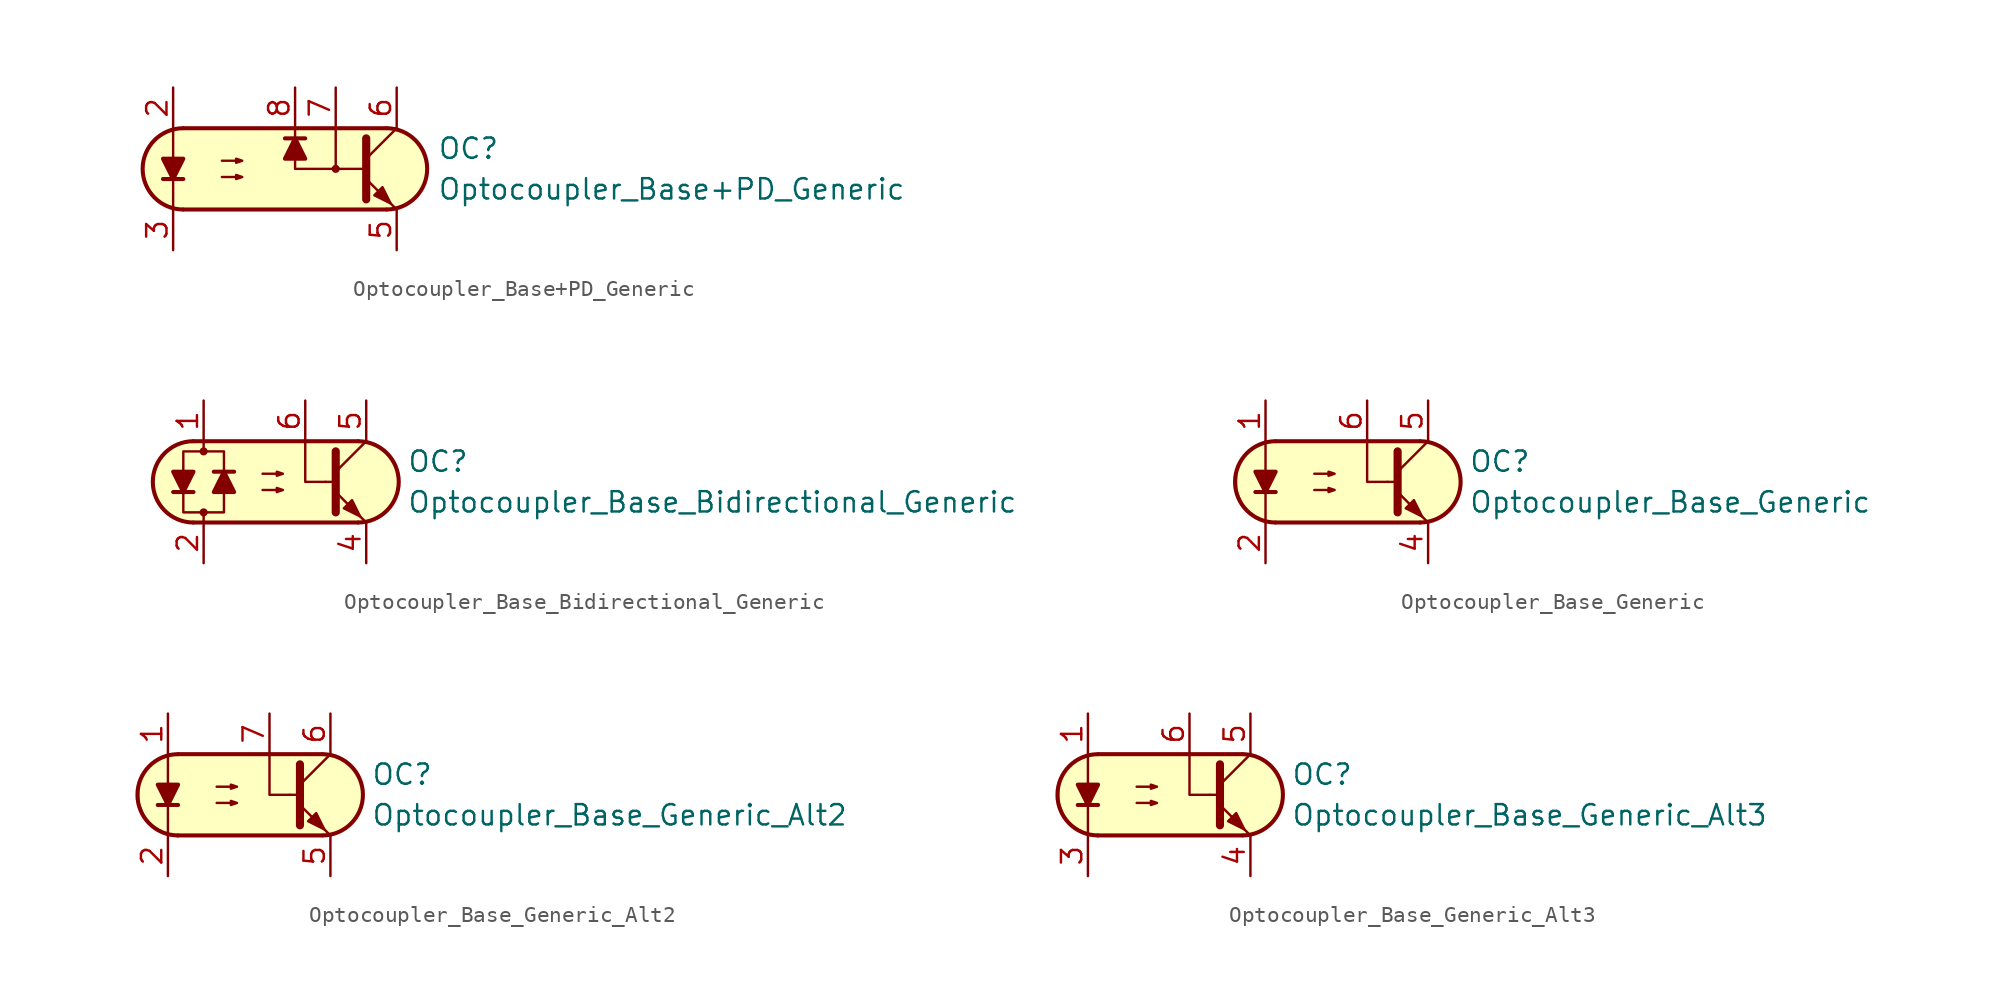
<source format=kicad_sym>
(kicad_symbol_lib
  (version 20211014)
  (generator kicad_symbol_editor)
  (symbol "Optocoupler_Base+PD_Generic"
    (pin_names
      (offset 1.016))
    (property "Reference" "OC"
      (at 10.16 1.27 0)
      (effects (font (size 1.27 1.27)) (justify left)))
    (property "Value" "Optocoupler_Base+PD_Generic"
      (at 10.16 -1.27 0)
      (effects (font (size 1.27 1.27)) (justify left)))
    (symbol "Optocoupler_Base+PD_Generic_0_1"
      (arc (start -5.7375 2.54) (mid -8.2551 0) (end -5.7375 -2.54) (stroke (width 0.254) (type default) (color 0 0 0 0)) (fill (type none)))
      (polyline (pts (xy -6.985 -0.635) (xy -5.715 -0.635)) (stroke (width 0.254) (type default) (color 0 0 0 0)) (fill (type none)))
      (polyline (pts (xy -6.35 2.54) (xy -6.35 -2.54)) (stroke (width 0.152) (type default) (color 0 0 0 0)) (fill (type none)))
      (polyline (pts (xy -5.715 2.54) (xy 6.985 2.54)) (stroke (width 0.254) (type default) (color 0 0 0 0)) (fill (type none)))
      (polyline (pts (xy 3.81 2.54) (xy 3.81 0)) (stroke (width 0.152) (type default) (color 0 0 0 0)) (fill (type none)))
      (polyline (pts (xy 5.715 0.635) (xy 7.62 2.54)) (stroke (width 0) (type default) (color 0 0 0 0)) (fill (type none)))
      (polyline (pts (xy 6.985 -2.54) (xy -5.715 -2.54)) (stroke (width 0.254) (type default) (color 0 0 0 0)) (fill (type none)))
      (polyline (pts (xy 7.62 -2.54) (xy 5.715 -0.635)) (stroke (width 0) (type default) (color 0 0 0 0)) (fill (type outline)))
      (polyline (pts (xy 5.715 0) (xy 1.27 0) (xy 1.27 2.54)) (stroke (width 0.152) (type default) (color 0 0 0 0)) (fill (type none)))
      (polyline (pts (xy 5.715 1.905) (xy 5.715 -1.905) (xy 5.715 -1.905)) (stroke (width 0.508) (type default) (color 0 0 0 0)) (fill (type none)))
      (polyline (pts (xy -6.35 -0.635) (xy -6.985 0.635) (xy -5.715 0.635) (xy -6.35 -0.635)) (stroke (width 0.254) (type default) (color 0 0 0 0)) (fill (type outline)))
      (polyline (pts (xy -3.302 -0.508) (xy -2.032 -0.508) (xy -2.413 -0.635) (xy -2.413 -0.381) (xy -2.032 -0.508)) (stroke (width 0) (type default) (color 0 0 0 0)) (fill (type none)))
      (polyline (pts (xy -3.302 0.508) (xy -2.032 0.508) (xy -2.413 0.381) (xy -2.413 0.635) (xy -2.032 0.508)) (stroke (width 0) (type default) (color 0 0 0 0)) (fill (type none)))
      (polyline (pts (xy 6.223 -1.651) (xy 6.731 -1.143) (xy 7.239 -2.159) (xy 6.223 -1.651) (xy 6.223 -1.651)) (stroke (width 0) (type default) (color 0 0 0 0)) (fill (type outline)))
      (polyline (pts (xy -3.81 2.54) (xy 4.826 2.54) (xy 6.096 2.54) (xy 7.366 2.54) (xy 8.382 2.159) (xy 9.271 1.143) (xy 9.525 0.127) (xy 9.398 -0.762) (xy 9.017 -1.524) (xy 8.636 -1.905) (xy 8.128 -2.286) (xy 7.239 -2.54) (xy -6.223 -2.54) (xy -7.112 -2.159) (xy -7.874 -1.397) (xy -8.255 -0.508) (xy -8.255 0.508) (xy -7.747 1.524) (xy -7.112 2.159) (xy -6.223 2.54) (xy -5.334 2.54) (xy -4.826 2.54) (xy -3.81 2.54)) (stroke (width 0.01) (type default) (color 0 0 0 0)) (fill (type background)))
      (circle (center 3.81 0) (radius 0.178) (stroke (width 0) (type default) (color 0 0 0 0)) (fill (type outline)))
      (arc (start 7.0075 -2.54) (mid 9.5251 0) (end 7.0075 2.54) (stroke (width 0.254) (type default) (color 0 0 0 0)) (fill (type none))))
    (symbol "Optocoupler_Base+PD_Generic_1_1"
      (polyline (pts (xy 1.905 1.905) (xy 0.635 1.905)) (stroke (width 0.254) (type default) (color 0 0 0 0)) (fill (type none)))
      (polyline (pts (xy 1.27 1.905) (xy 1.905 0.635) (xy 0.635 0.635) (xy 1.27 1.905)) (stroke (width 0.254) (type default) (color 0 0 0 0)) (fill (type outline)))
      (pin no_connect line (at 0 1.27 0) (length 2.54) hide (name "NC" (effects (font (size 1.27 1.27)))) (number "1" (effects (font (size 1.27 1.27)))))
      (pin passive line (at -6.35 5.08 270) (length 2.54) (name "~" (effects (font (size 1.27 1.27)))) (number "2" (effects (font (size 1.27 1.27)))))
      (pin passive line (at -6.35 -5.08 90) (length 2.54) (name "~" (effects (font (size 1.27 1.27)))) (number "3" (effects (font (size 1.27 1.27)))))
      (pin no_connect line (at 0 -1.27 0) (length 2.54) hide (name "NC" (effects (font (size 1.27 1.27)))) (number "4" (effects (font (size 1.27 1.27)))))
      (pin passive line (at 7.62 -5.08 90) (length 2.54) (name "~" (effects (font (size 1.27 1.27)))) (number "5" (effects (font (size 1.27 1.27)))))
      (pin passive line (at 7.62 5.08 270) (length 2.54) (name "~" (effects (font (size 1.27 1.27)))) (number "6" (effects (font (size 1.27 1.27)))))
      (pin passive line (at 3.81 5.08 270) (length 2.54) (name "~" (effects (font (size 1.27 1.27)))) (number "7" (effects (font (size 1.27 1.27)))))
      (pin passive line (at 1.27 5.08 270) (length 2.54) (name "~" (effects (font (size 1.27 1.27)))) (number "8" (effects (font (size 1.27 1.27)))))))
  (symbol "Optocoupler_Base_Bidirectional_Generic"
    (pin_names
      (offset 1.016))
    (property "Reference" "OC"
      (at 7.62 1.27 0)
      (effects (font (size 1.27 1.27)) (justify left)))
    (property "Value" "Optocoupler_Base_Bidirectional_Generic"
      (at 7.62 -1.27 0)
      (effects (font (size 1.27 1.27)) (justify left)))
    (symbol "Optocoupler_Base_Bidirectional_Generic_0_1"
      (arc (start -5.7375 2.54) (mid -8.2551 0) (end -5.7375 -2.54) (stroke (width 0.254) (type default) (color 0 0 0 0)) (fill (type none)))
      (circle (center -5.08 -1.905) (radius 0.178) (stroke (width 0) (type default) (color 0 0 0 0)) (fill (type outline)))
      (circle (center -5.08 1.905) (radius 0.178) (stroke (width 0) (type default) (color 0 0 0 0)) (fill (type outline)))
      (polyline (pts (xy -6.985 -0.635) (xy -5.715 -0.635)) (stroke (width 0.254) (type default) (color 0 0 0 0)) (fill (type none)))
      (polyline (pts (xy -5.715 2.54) (xy 4.572 2.54)) (stroke (width 0.254) (type default) (color 0 0 0 0)) (fill (type none)))
      (polyline (pts (xy -5.08 1.905) (xy -5.08 2.54)) (stroke (width 0.152) (type default) (color 0 0 0 0)) (fill (type none)))
      (polyline (pts (xy 2.54 0) (xy 3.048 0)) (stroke (width 0.152) (type default) (color 0 0 0 0)) (fill (type none)))
      (polyline (pts (xy 3.175 0.635) (xy 5.08 2.54)) (stroke (width 0) (type default) (color 0 0 0 0)) (fill (type none)))
      (polyline (pts (xy 4.572 -2.54) (xy -5.715 -2.54)) (stroke (width 0.254) (type default) (color 0 0 0 0)) (fill (type none)))
      (polyline (pts (xy 5.08 -2.54) (xy 3.175 -0.635)) (stroke (width 0) (type default) (color 0 0 0 0)) (fill (type outline)))
      (polyline (pts (xy 2.54 0) (xy 1.27 0) (xy 1.27 2.54)) (stroke (width 0.152) (type default) (color 0 0 0 0)) (fill (type none)))
      (polyline (pts (xy 3.175 1.905) (xy 3.175 -1.905) (xy 3.175 -1.905)) (stroke (width 0.508) (type default) (color 0 0 0 0)) (fill (type none)))
      (polyline (pts (xy -6.35 -0.635) (xy -6.985 0.635) (xy -5.715 0.635) (xy -6.35 -0.635)) (stroke (width 0.254) (type default) (color 0 0 0 0)) (fill (type outline)))
      (polyline (pts (xy -1.397 -0.508) (xy -0.127 -0.508) (xy -0.508 -0.635) (xy -0.508 -0.381) (xy -0.127 -0.508)) (stroke (width 0) (type default) (color 0 0 0 0)) (fill (type none)))
      (polyline (pts (xy -1.397 0.508) (xy -0.127 0.508) (xy -0.508 0.381) (xy -0.508 0.635) (xy -0.127 0.508)) (stroke (width 0) (type default) (color 0 0 0 0)) (fill (type none)))
      (polyline (pts (xy 3.683 -1.651) (xy 4.191 -1.143) (xy 4.699 -2.159) (xy 3.683 -1.651) (xy 3.683 -1.651)) (stroke (width 0) (type default) (color 0 0 0 0)) (fill (type outline)))
      (polyline (pts (xy -5.08 -2.54) (xy -5.08 -1.905) (xy -6.35 -1.905) (xy -6.35 1.905) (xy -3.81 1.905) (xy -3.81 -1.905) (xy -5.08 -1.905)) (stroke (width 0.152) (type default) (color 0 0 0 0)) (fill (type none)))
      (polyline (pts (xy -3.81 2.54) (xy 4.826 2.54) (xy 5.334 2.413) (xy 5.969 2.159) (xy 6.604 1.524) (xy 6.985 0.762) (xy 7.112 0) (xy 6.985 -0.889) (xy 6.477 -1.651) (xy 5.969 -2.159) (xy 5.334 -2.413) (xy 4.699 -2.54) (xy -6.223 -2.54) (xy -7.112 -2.159) (xy -7.874 -1.397) (xy -8.255 -0.508) (xy -8.255 0.508) (xy -7.747 1.524) (xy -7.112 2.159) (xy -6.223 2.54) (xy -5.334 2.54) (xy -4.826 2.54) (xy -3.81 2.54)) (stroke (width 0.01) (type default) (color 0 0 0 0)) (fill (type background)))
      (arc (start 4.5945 -2.54) (mid 7.1121 0) (end 4.5945 2.54) (stroke (width 0.254) (type default) (color 0 0 0 0)) (fill (type none))))
    (symbol "Optocoupler_Base_Bidirectional_Generic_1_1"
      (polyline (pts (xy -3.175 0.635) (xy -4.445 0.635)) (stroke (width 0.254) (type default) (color 0 0 0 0)) (fill (type none)))
      (polyline (pts (xy -3.81 0.635) (xy -3.175 -0.635) (xy -4.445 -0.635) (xy -3.81 0.635)) (stroke (width 0.254) (type default) (color 0 0 0 0)) (fill (type outline)))
      (pin passive line (at -5.08 5.08 270) (length 2.54) (name "~" (effects (font (size 1.27 1.27)))) (number "1" (effects (font (size 1.27 1.27)))))
      (pin passive line (at -5.08 -5.08 90) (length 2.54) (name "~" (effects (font (size 1.27 1.27)))) (number "2" (effects (font (size 1.27 1.27)))))
      (pin no_connect line (at -1.27 0 0) (length 2.54) hide (name "NC" (effects (font (size 1.27 1.27)))) (number "3" (effects (font (size 1.27 1.27)))))
      (pin passive line (at 5.08 -5.08 90) (length 2.54) (name "~" (effects (font (size 1.27 1.27)))) (number "4" (effects (font (size 1.27 1.27)))))
      (pin passive line (at 5.08 5.08 270) (length 2.54) (name "~" (effects (font (size 1.27 1.27)))) (number "5" (effects (font (size 1.27 1.27)))))
      (pin passive line (at 1.27 5.08 270) (length 2.54) (name "~" (effects (font (size 1.27 1.27)))) (number "6" (effects (font (size 1.27 1.27)))))))
  (symbol "Optocoupler_Base_Generic"
    (pin_names
      (offset 1.016))
    (property "Reference" "OC"
      (at 8.89 1.27 0)
      (effects (font (size 1.27 1.27)) (justify left)))
    (property "Value" "Optocoupler_Base_Generic"
      (at 8.89 -1.27 0)
      (effects (font (size 1.27 1.27)) (justify left)))
    (symbol "Optocoupler_Base_Generic_0_1"
      (arc (start -3.1975 2.54) (mid -5.7151 0) (end -3.1975 -2.54) (stroke (width 0.254) (type default) (color 0 0 0 0)) (fill (type none)))
      (polyline (pts (xy -4.445 -0.635) (xy -3.175 -0.635)) (stroke (width 0.254) (type default) (color 0 0 0 0)) (fill (type none)))
      (polyline (pts (xy -3.175 2.54) (xy 5.842 2.54)) (stroke (width 0.254) (type default) (color 0 0 0 0)) (fill (type none)))
      (polyline (pts (xy 3.81 0) (xy 4.318 0)) (stroke (width 0.152) (type default) (color 0 0 0 0)) (fill (type none)))
      (polyline (pts (xy 4.445 0.635) (xy 6.35 2.54)) (stroke (width 0) (type default) (color 0 0 0 0)) (fill (type none)))
      (polyline (pts (xy 5.842 -2.54) (xy -3.175 -2.54)) (stroke (width 0.254) (type default) (color 0 0 0 0)) (fill (type none)))
      (polyline (pts (xy 6.35 -2.54) (xy 4.445 -0.635)) (stroke (width 0) (type default) (color 0 0 0 0)) (fill (type outline)))
      (polyline (pts (xy -3.81 -2.54) (xy -3.81 -1.27) (xy -3.81 2.54)) (stroke (width 0.152) (type default) (color 0 0 0 0)) (fill (type none)))
      (polyline (pts (xy 3.81 0) (xy 2.54 0) (xy 2.54 2.54)) (stroke (width 0.152) (type default) (color 0 0 0 0)) (fill (type none)))
      (polyline (pts (xy 4.445 1.905) (xy 4.445 -1.905) (xy 4.445 -1.905)) (stroke (width 0.508) (type default) (color 0 0 0 0)) (fill (type none)))
      (polyline (pts (xy -3.81 -0.635) (xy -4.445 0.635) (xy -3.175 0.635) (xy -3.81 -0.635)) (stroke (width 0.254) (type default) (color 0 0 0 0)) (fill (type outline)))
      (polyline (pts (xy -0.762 -0.508) (xy 0.508 -0.508) (xy 0.127 -0.635) (xy 0.127 -0.381) (xy 0.508 -0.508)) (stroke (width 0) (type default) (color 0 0 0 0)) (fill (type none)))
      (polyline (pts (xy -0.762 0.508) (xy 0.508 0.508) (xy 0.127 0.381) (xy 0.127 0.635) (xy 0.508 0.508)) (stroke (width 0) (type default) (color 0 0 0 0)) (fill (type none)))
      (polyline (pts (xy 4.953 -1.651) (xy 5.461 -1.143) (xy 5.969 -2.159) (xy 4.953 -1.651) (xy 4.953 -1.651)) (stroke (width 0) (type default) (color 0 0 0 0)) (fill (type outline)))
      (polyline (pts (xy -2.54 2.54) (xy 6.096 2.54) (xy 6.604 2.413) (xy 7.239 2.159) (xy 7.874 1.524) (xy 8.255 0.762) (xy 8.382 0) (xy 8.255 -0.889) (xy 7.747 -1.651) (xy 7.239 -2.159) (xy 6.604 -2.413) (xy 5.969 -2.54) (xy -3.81 -2.54) (xy -3.81 -2.54) (xy -4.572 -2.032) (xy -5.08 -1.778) (xy -5.588 -0.508) (xy -5.588 0.254) (xy -5.588 1.016) (xy -5.08 1.778) (xy -4.318 2.286) (xy -3.556 2.54) (xy -2.54 2.54)) (stroke (width 0.01) (type default) (color 0 0 0 0)) (fill (type background)))
      (arc (start 5.8645 -2.54) (mid 8.3821 0) (end 5.8645 2.54) (stroke (width 0.254) (type default) (color 0 0 0 0)) (fill (type none))))
    (symbol "Optocoupler_Base_Generic_1_1"
      (pin passive line (at -3.81 5.08 270) (length 2.54) (name "~" (effects (font (size 1.27 1.27)))) (number "1" (effects (font (size 1.27 1.27)))))
      (pin passive line (at -3.81 -5.08 90) (length 2.54) (name "~" (effects (font (size 1.27 1.27)))) (number "2" (effects (font (size 1.27 1.27)))))
      (pin no_connect line (at 0 0 0) (length 2.54) hide (name "NC" (effects (font (size 1.27 1.27)))) (number "3" (effects (font (size 1.27 1.27)))))
      (pin passive line (at 6.35 -5.08 90) (length 2.54) (name "~" (effects (font (size 1.27 1.27)))) (number "4" (effects (font (size 1.27 1.27)))))
      (pin passive line (at 6.35 5.08 270) (length 2.54) (name "~" (effects (font (size 1.27 1.27)))) (number "5" (effects (font (size 1.27 1.27)))))
      (pin passive line (at 2.54 5.08 270) (length 2.54) (name "~" (effects (font (size 1.27 1.27)))) (number "6" (effects (font (size 1.27 1.27)))))))
  (symbol "Optocoupler_Base_Generic_Alt2"
    (pin_names
      (offset 1.016))
    (property "Reference" "OC"
      (at 7.62 1.27 0)
      (effects (font (size 1.27 1.27)) (justify left)))
    (property "Value" "Optocoupler_Base_Generic_Alt2"
      (at 7.62 -1.27 0)
      (effects (font (size 1.27 1.27)) (justify left)))
    (symbol "Optocoupler_Base_Generic_Alt2_0_1"
      (arc (start -4.4675 2.54) (mid -6.9851 0) (end -4.4675 -2.54) (stroke (width 0.254) (type default) (color 0 0 0 0)) (fill (type none)))
      (polyline (pts (xy -5.715 -0.635) (xy -4.445 -0.635)) (stroke (width 0.254) (type default) (color 0 0 0 0)) (fill (type none)))
      (polyline (pts (xy -4.445 2.54) (xy 4.572 2.54)) (stroke (width 0.254) (type default) (color 0 0 0 0)) (fill (type none)))
      (polyline (pts (xy 2.54 0) (xy 3.048 0)) (stroke (width 0.152) (type default) (color 0 0 0 0)) (fill (type none)))
      (polyline (pts (xy 3.175 0.635) (xy 5.08 2.54)) (stroke (width 0) (type default) (color 0 0 0 0)) (fill (type none)))
      (polyline (pts (xy 4.572 -2.54) (xy -4.445 -2.54)) (stroke (width 0.254) (type default) (color 0 0 0 0)) (fill (type none)))
      (polyline (pts (xy 5.08 -2.54) (xy 3.175 -0.635)) (stroke (width 0) (type default) (color 0 0 0 0)) (fill (type outline)))
      (polyline (pts (xy -5.08 -2.54) (xy -5.08 -1.27) (xy -5.08 2.54)) (stroke (width 0.152) (type default) (color 0 0 0 0)) (fill (type none)))
      (polyline (pts (xy 2.54 0) (xy 1.27 0) (xy 1.27 2.54)) (stroke (width 0.152) (type default) (color 0 0 0 0)) (fill (type none)))
      (polyline (pts (xy 3.175 1.905) (xy 3.175 -1.905) (xy 3.175 -1.905)) (stroke (width 0.508) (type default) (color 0 0 0 0)) (fill (type none)))
      (polyline (pts (xy -5.08 -0.635) (xy -5.715 0.635) (xy -4.445 0.635) (xy -5.08 -0.635)) (stroke (width 0.254) (type default) (color 0 0 0 0)) (fill (type outline)))
      (polyline (pts (xy -2.032 -0.508) (xy -0.762 -0.508) (xy -1.143 -0.635) (xy -1.143 -0.381) (xy -0.762 -0.508)) (stroke (width 0) (type default) (color 0 0 0 0)) (fill (type none)))
      (polyline (pts (xy -2.032 0.508) (xy -0.762 0.508) (xy -1.143 0.381) (xy -1.143 0.635) (xy -0.762 0.508)) (stroke (width 0) (type default) (color 0 0 0 0)) (fill (type none)))
      (polyline (pts (xy 3.683 -1.651) (xy 4.191 -1.143) (xy 4.699 -2.159) (xy 3.683 -1.651) (xy 3.683 -1.651)) (stroke (width 0) (type default) (color 0 0 0 0)) (fill (type outline)))
      (polyline (pts (xy -3.81 2.54) (xy 4.826 2.54) (xy 5.334 2.413) (xy 5.969 2.159) (xy 6.604 1.524) (xy 6.985 0.762) (xy 7.112 0) (xy 6.985 -0.889) (xy 6.477 -1.651) (xy 5.969 -2.159) (xy 5.334 -2.413) (xy 4.699 -2.54) (xy -5.08 -2.54) (xy -5.08 -2.54) (xy -5.842 -2.032) (xy -6.35 -1.778) (xy -6.858 -0.508) (xy -6.858 0.254) (xy -6.858 1.016) (xy -6.35 1.778) (xy -5.588 2.286) (xy -4.826 2.54) (xy -3.81 2.54)) (stroke (width 0.01) (type default) (color 0 0 0 0)) (fill (type background)))
      (arc (start 4.5945 -2.54) (mid 7.1121 0) (end 4.5945 2.54) (stroke (width 0.254) (type default) (color 0 0 0 0)) (fill (type none))))
    (symbol "Optocoupler_Base_Generic_Alt2_1_1"
      (pin passive line (at -5.08 5.08 270) (length 2.54) (name "~" (effects (font (size 1.27 1.27)))) (number "1" (effects (font (size 1.27 1.27)))))
      (pin passive line (at -5.08 -5.08 90) (length 2.54) (name "~" (effects (font (size 1.27 1.27)))) (number "2" (effects (font (size 1.27 1.27)))))
      (pin no_connect line (at -3.81 1.27 0) (length 2.54) hide (name "NC" (effects (font (size 1.27 1.27)))) (number "3" (effects (font (size 1.27 1.27)))))
      (pin no_connect line (at -3.81 -1.27 0) (length 2.54) hide (name "NC" (effects (font (size 1.27 1.27)))) (number "4" (effects (font (size 1.27 1.27)))))
      (pin passive line (at 5.08 -5.08 90) (length 2.54) (name "~" (effects (font (size 1.27 1.27)))) (number "5" (effects (font (size 1.27 1.27)))))
      (pin passive line (at 5.08 5.08 270) (length 2.54) (name "~" (effects (font (size 1.27 1.27)))) (number "6" (effects (font (size 1.27 1.27)))))
      (pin passive line (at 1.27 5.08 270) (length 2.54) (name "~" (effects (font (size 1.27 1.27)))) (number "7" (effects (font (size 1.27 1.27)))))
      (pin no_connect line (at 0 0 180) (length 2.54) hide (name "NC" (effects (font (size 1.27 1.27)))) (number "8" (effects (font (size 1.27 1.27)))))))
  (symbol "Optocoupler_Base_Generic_Alt3"
    (pin_names
      (offset 1.016))
    (property "Reference" "OC"
      (at 7.62 1.27 0)
      (effects (font (size 1.27 1.27)) (justify left)))
    (property "Value" "Optocoupler_Base_Generic_Alt3"
      (at 7.62 -1.27 0)
      (effects (font (size 1.27 1.27)) (justify left)))
    (symbol "Optocoupler_Base_Generic_Alt3_0_1"
      (arc (start -4.4675 2.54) (mid -6.9851 0) (end -4.4675 -2.54) (stroke (width 0.254) (type default) (color 0 0 0 0)) (fill (type none)))
      (polyline (pts (xy -5.715 -0.635) (xy -4.445 -0.635)) (stroke (width 0.254) (type default) (color 0 0 0 0)) (fill (type none)))
      (polyline (pts (xy -4.445 2.54) (xy 4.572 2.54)) (stroke (width 0.254) (type default) (color 0 0 0 0)) (fill (type none)))
      (polyline (pts (xy 2.54 0) (xy 3.048 0)) (stroke (width 0.152) (type default) (color 0 0 0 0)) (fill (type none)))
      (polyline (pts (xy 3.175 0.635) (xy 5.08 2.54)) (stroke (width 0) (type default) (color 0 0 0 0)) (fill (type none)))
      (polyline (pts (xy 4.572 -2.54) (xy -4.445 -2.54)) (stroke (width 0.254) (type default) (color 0 0 0 0)) (fill (type none)))
      (polyline (pts (xy 5.08 -2.54) (xy 3.175 -0.635)) (stroke (width 0) (type default) (color 0 0 0 0)) (fill (type outline)))
      (polyline (pts (xy -5.08 -2.54) (xy -5.08 -1.27) (xy -5.08 2.54)) (stroke (width 0.152) (type default) (color 0 0 0 0)) (fill (type none)))
      (polyline (pts (xy 2.54 0) (xy 1.27 0) (xy 1.27 2.54)) (stroke (width 0.152) (type default) (color 0 0 0 0)) (fill (type none)))
      (polyline (pts (xy 3.175 1.905) (xy 3.175 -1.905) (xy 3.175 -1.905)) (stroke (width 0.508) (type default) (color 0 0 0 0)) (fill (type none)))
      (polyline (pts (xy -5.08 -0.635) (xy -5.715 0.635) (xy -4.445 0.635) (xy -5.08 -0.635)) (stroke (width 0.254) (type default) (color 0 0 0 0)) (fill (type outline)))
      (polyline (pts (xy -2.032 -0.508) (xy -0.762 -0.508) (xy -1.143 -0.635) (xy -1.143 -0.381) (xy -0.762 -0.508)) (stroke (width 0) (type default) (color 0 0 0 0)) (fill (type none)))
      (polyline (pts (xy -2.032 0.508) (xy -0.762 0.508) (xy -1.143 0.381) (xy -1.143 0.635) (xy -0.762 0.508)) (stroke (width 0) (type default) (color 0 0 0 0)) (fill (type none)))
      (polyline (pts (xy 3.683 -1.651) (xy 4.191 -1.143) (xy 4.699 -2.159) (xy 3.683 -1.651) (xy 3.683 -1.651)) (stroke (width 0) (type default) (color 0 0 0 0)) (fill (type outline)))
      (polyline (pts (xy -3.81 2.54) (xy 4.826 2.54) (xy 5.334 2.413) (xy 5.969 2.159) (xy 6.604 1.524) (xy 6.985 0.762) (xy 7.112 0) (xy 6.985 -0.889) (xy 6.477 -1.651) (xy 5.969 -2.159) (xy 5.334 -2.413) (xy 4.699 -2.54) (xy -5.08 -2.54) (xy -5.08 -2.54) (xy -5.842 -2.032) (xy -6.35 -1.778) (xy -6.858 -0.508) (xy -6.858 0.254) (xy -6.858 1.016) (xy -6.35 1.778) (xy -5.588 2.286) (xy -4.826 2.54) (xy -3.81 2.54)) (stroke (width 0.01) (type default) (color 0 0 0 0)) (fill (type background)))
      (arc (start 4.5945 -2.54) (mid 7.1121 0) (end 4.5945 2.54) (stroke (width 0.254) (type default) (color 0 0 0 0)) (fill (type none))))
    (symbol "Optocoupler_Base_Generic_Alt3_1_1"
      (pin passive line (at -5.08 5.08 270) (length 2.54) (name "~" (effects (font (size 1.27 1.27)))) (number "1" (effects (font (size 1.27 1.27)))))
      (pin no_connect line (at -1.27 0 0) (length 2.54) hide (name "NC" (effects (font (size 1.27 1.27)))) (number "2" (effects (font (size 1.27 1.27)))))
      (pin passive line (at -5.08 -5.08 90) (length 2.54) (name "~" (effects (font (size 1.27 1.27)))) (number "3" (effects (font (size 1.27 1.27)))))
      (pin passive line (at 5.08 -5.08 90) (length 2.54) (name "~" (effects (font (size 1.27 1.27)))) (number "4" (effects (font (size 1.27 1.27)))))
      (pin passive line (at 5.08 5.08 270) (length 2.54) (name "~" (effects (font (size 1.27 1.27)))) (number "5" (effects (font (size 1.27 1.27)))))
      (pin passive line (at 1.27 5.08 270) (length 2.54) (name "~" (effects (font (size 1.27 1.27)))) (number "6" (effects (font (size 1.27 1.27))))))))
</source>
